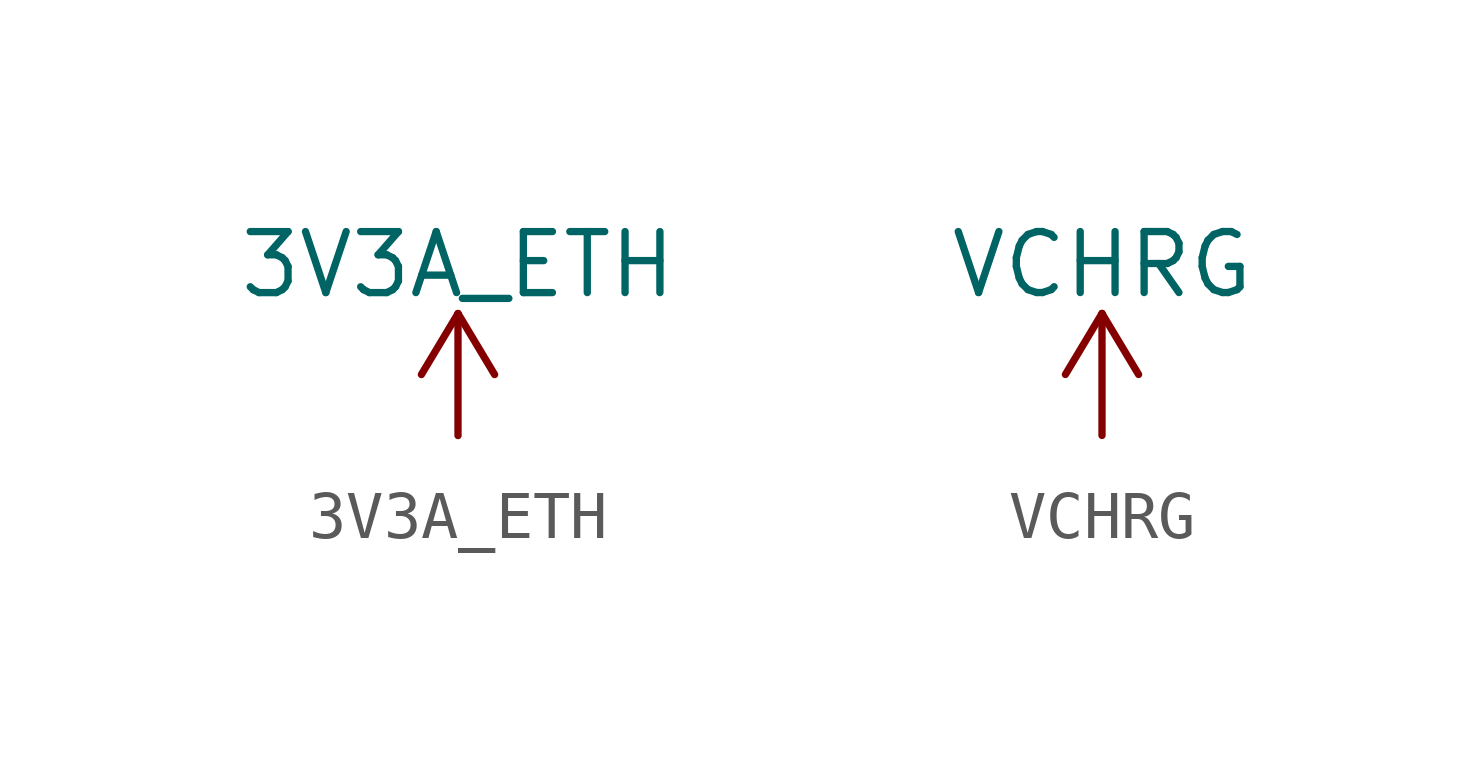
<source format=kicad_sym>
(kicad_symbol_lib
  (version 20211014)
  (generator kicad_symbol_editor)
  (symbol "3V3A_ETH"
    (power)
    (pin_names
      (offset 0))
    (property "Reference" "#PWR"
      (at 0 -3.81 0)
      (effects (font (size 1.27 1.27)) hide))
    (property "Value" "3V3A_ETH"
      (at 0 3.556 0)
      (effects (font (size 1.27 1.27))))
    (symbol "3V3A_ETH_0_1"
      (polyline (pts (xy -0.762 1.27) (xy 0 2.54)) (stroke (width 0) (type default) (color 0 0 0 0)) (fill (type none)))
      (polyline (pts (xy 0 0) (xy 0 2.54)) (stroke (width 0) (type default) (color 0 0 0 0)) (fill (type none)))
      (polyline (pts (xy 0 2.54) (xy 0.762 1.27)) (stroke (width 0) (type default) (color 0 0 0 0)) (fill (type none))))
    (symbol "3V3A_ETH_1_1"
      (pin power_in line (at 0 0 90) (length 0) hide (name "3V3A_ETH" (effects (font (size 1.27 1.27)))) (number "1" (effects (font (size 1.27 1.27)))))))
  (symbol "VCHRG"
    (power)
    (pin_names
      (offset 0))
    (property "Reference" "#PWR"
      (at 0 -3.81 0)
      (effects (font (size 1.27 1.27)) hide))
    (property "Value" "VCHRG"
      (at 0 3.556 0)
      (effects (font (size 1.27 1.27))))
    (symbol "VCHRG_0_1"
      (polyline (pts (xy -0.762 1.27) (xy 0 2.54)) (stroke (width 0) (type default) (color 0 0 0 0)) (fill (type none)))
      (polyline (pts (xy 0 0) (xy 0 2.54)) (stroke (width 0) (type default) (color 0 0 0 0)) (fill (type none)))
      (polyline (pts (xy 0 2.54) (xy 0.762 1.27)) (stroke (width 0) (type default) (color 0 0 0 0)) (fill (type none))))
    (symbol "VCHRG_1_1"
      (pin power_in line (at 0 0 90) (length 0) hide (name "VCHRG" (effects (font (size 1.27 1.27)))) (number "1" (effects (font (size 1.27 1.27))))))))
</source>
